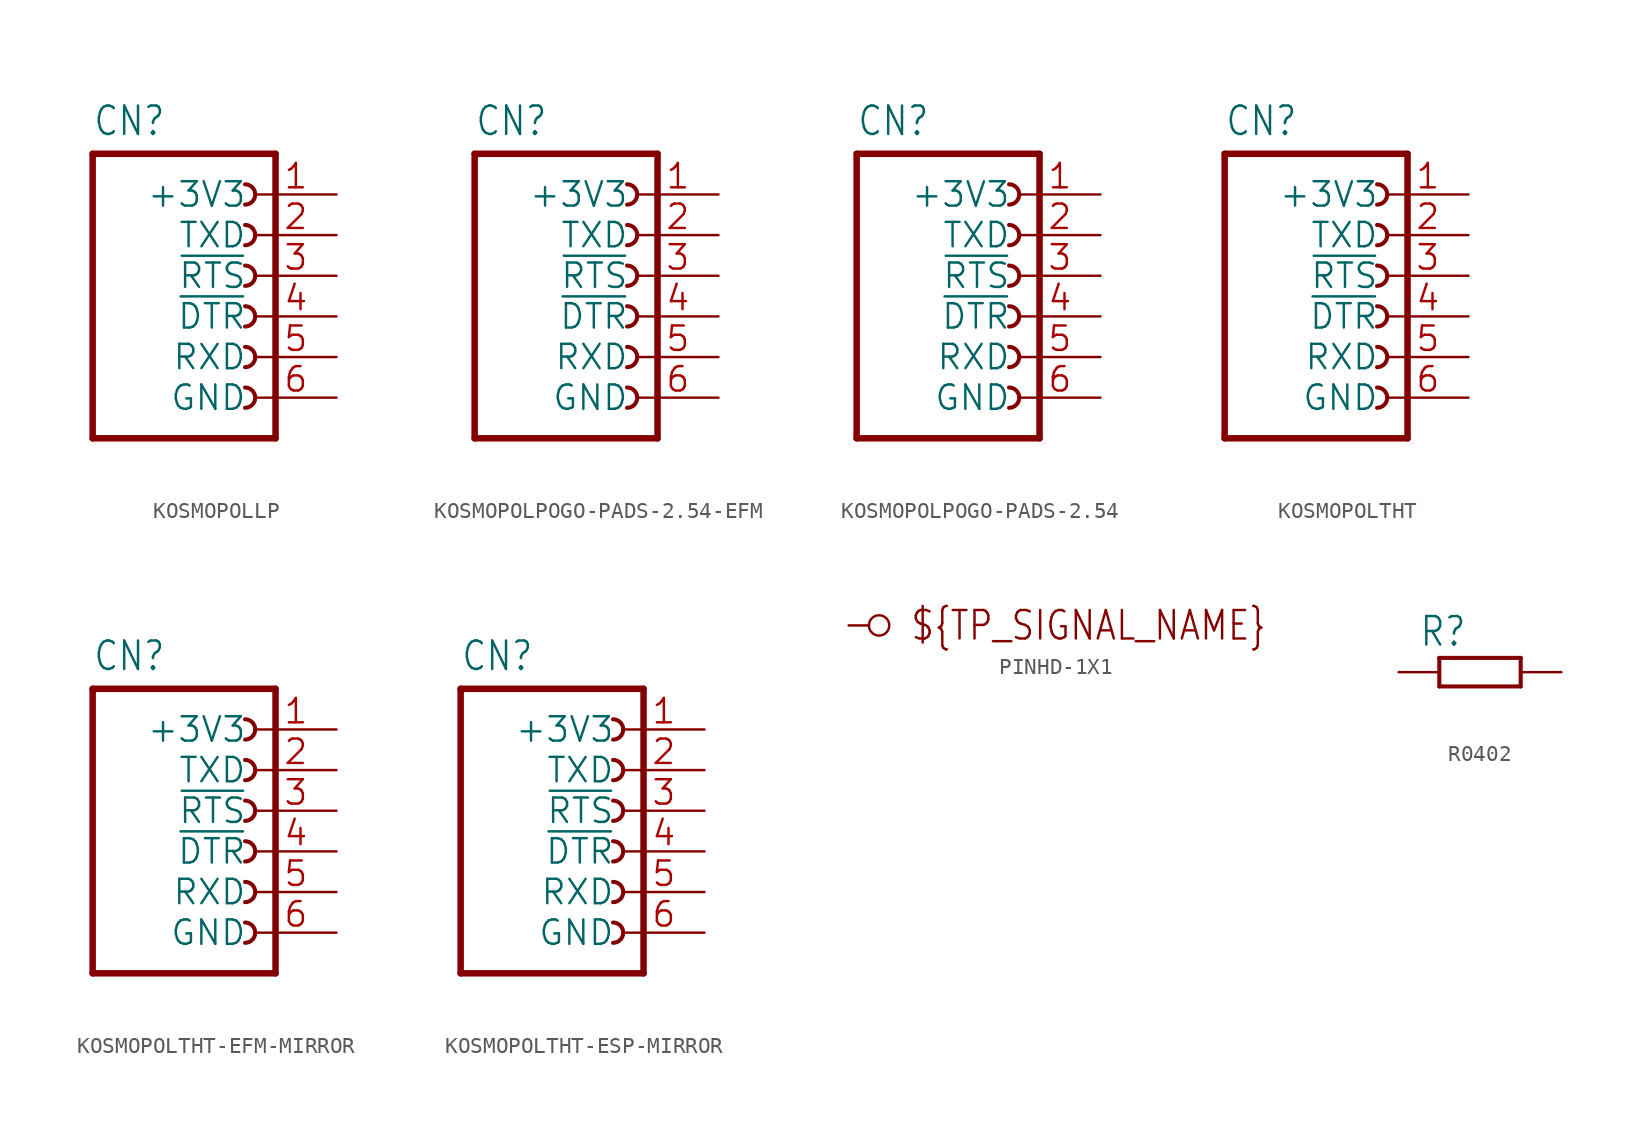
<source format=kicad_sym>
(kicad_symbol_lib
  (version 20241209)
  (generator "kicad_symbol_editor")
  (generator_version "9.0")
  (symbol "KOSMOPOLLP"
    (property "Reference" "CN"
      (at -5.08 11.176 0)
      (effects (font (size 1.778 1.511)) (justify left bottom)))
    (property "Value" ""
      (at -5.08 -8.382 0)
      (effects (font (size 1.778 1.511)) (justify left top)))
    (property "ki_locked" ""
      (at 0 0 0)
      (effects (font (size 1.27 1.27))))
    (symbol "KOSMOPOLLP_1_0"
      (polyline (pts (xy -5.08 -7.62) (xy -5.08 10.16)) (stroke (width 0.406) (type solid)) (fill (type none)))
      (polyline (pts (xy -5.08 -7.62) (xy 6.35 -7.62)) (stroke (width 0.406) (type solid)) (fill (type none)))
      (arc (start 4.445 8.255) (mid 5.08 7.62) (end 4.445 6.985) (stroke (width 0.254) (type solid)) (fill (type none)))
      (arc (start 4.445 5.715) (mid 5.08 5.08) (end 4.445 4.445) (stroke (width 0.254) (type solid)) (fill (type none)))
      (arc (start 4.445 3.175) (mid 5.08 2.54) (end 4.445 1.905) (stroke (width 0.254) (type solid)) (fill (type none)))
      (arc (start 4.445 0.635) (mid 5.08 0) (end 4.445 -0.635) (stroke (width 0.254) (type solid)) (fill (type none)))
      (arc (start 4.445 -1.905) (mid 5.08 -2.54) (end 4.445 -3.175) (stroke (width 0.254) (type solid)) (fill (type none)))
      (arc (start 4.445 -4.445) (mid 5.08 -5.08) (end 4.445 -5.715) (stroke (width 0.254) (type solid)) (fill (type none)))
      (polyline (pts (xy 6.35 10.16) (xy -5.08 10.16)) (stroke (width 0.406) (type solid)) (fill (type none)))
      (polyline (pts (xy 6.35 10.16) (xy 6.35 -7.62)) (stroke (width 0.406) (type solid)) (fill (type none)))
      (pin power_in line (at 10.16 7.62 180) (length 5.08) (name "+3V3" (effects (font (size 1.524 1.524)))) (number "1" (effects (font (size 1.524 1.524)))))
      (pin output line (at 10.16 5.08 180) (length 5.08) (name "TXD" (effects (font (size 1.524 1.524)))) (number "2" (effects (font (size 1.524 1.524)))))
      (pin output line (at 10.16 2.54 180) (length 5.08) (name "~{RTS}" (effects (font (size 1.524 1.524)))) (number "3" (effects (font (size 1.524 1.524)))))
      (pin output line (at 10.16 0 180) (length 5.08) (name "~{DTR}" (effects (font (size 1.524 1.524)))) (number "4" (effects (font (size 1.524 1.524)))))
      (pin input line (at 10.16 -2.54 180) (length 5.08) (name "RXD" (effects (font (size 1.524 1.524)))) (number "5" (effects (font (size 1.524 1.524)))))
      (pin power_in line (at 10.16 -5.08 180) (length 5.08) (name "GND" (effects (font (size 1.524 1.524)))) (number "6" (effects (font (size 1.524 1.524)))))))
  (symbol "KOSMOPOLPOGO-PADS-2.54-EFM"
    (property "Reference" "CN"
      (at -5.08 11.176 0)
      (effects (font (size 1.778 1.511)) (justify left bottom)))
    (property "Value" ""
      (at -5.08 -8.382 0)
      (effects (font (size 1.778 1.511)) (justify left top)))
    (property "ki_locked" ""
      (at 0 0 0)
      (effects (font (size 1.27 1.27))))
    (symbol "KOSMOPOLPOGO-PADS-2.54-EFM_1_0"
      (polyline (pts (xy -5.08 -7.62) (xy -5.08 10.16)) (stroke (width 0.406) (type solid)) (fill (type none)))
      (polyline (pts (xy -5.08 -7.62) (xy 6.35 -7.62)) (stroke (width 0.406) (type solid)) (fill (type none)))
      (arc (start 4.445 8.255) (mid 5.08 7.62) (end 4.445 6.985) (stroke (width 0.254) (type solid)) (fill (type none)))
      (arc (start 4.445 5.715) (mid 5.08 5.08) (end 4.445 4.445) (stroke (width 0.254) (type solid)) (fill (type none)))
      (arc (start 4.445 3.175) (mid 5.08 2.54) (end 4.445 1.905) (stroke (width 0.254) (type solid)) (fill (type none)))
      (arc (start 4.445 0.635) (mid 5.08 0) (end 4.445 -0.635) (stroke (width 0.254) (type solid)) (fill (type none)))
      (arc (start 4.445 -1.905) (mid 5.08 -2.54) (end 4.445 -3.175) (stroke (width 0.254) (type solid)) (fill (type none)))
      (arc (start 4.445 -4.445) (mid 5.08 -5.08) (end 4.445 -5.715) (stroke (width 0.254) (type solid)) (fill (type none)))
      (polyline (pts (xy 6.35 10.16) (xy -5.08 10.16)) (stroke (width 0.406) (type solid)) (fill (type none)))
      (polyline (pts (xy 6.35 10.16) (xy 6.35 -7.62)) (stroke (width 0.406) (type solid)) (fill (type none)))
      (pin power_in line (at 10.16 7.62 180) (length 5.08) (name "+3V3" (effects (font (size 1.524 1.524)))) (number "1" (effects (font (size 1.524 1.524)))))
      (pin output line (at 10.16 5.08 180) (length 5.08) (name "TXD" (effects (font (size 1.524 1.524)))) (number "2" (effects (font (size 1.524 1.524)))))
      (pin output line (at 10.16 2.54 180) (length 5.08) (name "~{RTS}" (effects (font (size 1.524 1.524)))) (number "3" (effects (font (size 1.524 1.524)))))
      (pin output line (at 10.16 0 180) (length 5.08) (name "~{DTR}" (effects (font (size 1.524 1.524)))) (number "4" (effects (font (size 1.524 1.524)))))
      (pin input line (at 10.16 -2.54 180) (length 5.08) (name "RXD" (effects (font (size 1.524 1.524)))) (number "5" (effects (font (size 1.524 1.524)))))
      (pin power_in line (at 10.16 -5.08 180) (length 5.08) (name "GND" (effects (font (size 1.524 1.524)))) (number "6" (effects (font (size 1.524 1.524)))))))
  (symbol "KOSMOPOLPOGO-PADS-2.54"
    (property "Reference" "CN"
      (at -5.08 11.176 0)
      (effects (font (size 1.778 1.511)) (justify left bottom)))
    (property "Value" ""
      (at -5.08 -8.382 0)
      (effects (font (size 1.778 1.511)) (justify left top)))
    (property "ki_locked" ""
      (at 0 0 0)
      (effects (font (size 1.27 1.27))))
    (symbol "KOSMOPOLPOGO-PADS-2.54_1_0"
      (polyline (pts (xy -5.08 -7.62) (xy -5.08 10.16)) (stroke (width 0.406) (type solid)) (fill (type none)))
      (polyline (pts (xy -5.08 -7.62) (xy 6.35 -7.62)) (stroke (width 0.406) (type solid)) (fill (type none)))
      (arc (start 4.445 8.255) (mid 5.08 7.62) (end 4.445 6.985) (stroke (width 0.254) (type solid)) (fill (type none)))
      (arc (start 4.445 5.715) (mid 5.08 5.08) (end 4.445 4.445) (stroke (width 0.254) (type solid)) (fill (type none)))
      (arc (start 4.445 3.175) (mid 5.08 2.54) (end 4.445 1.905) (stroke (width 0.254) (type solid)) (fill (type none)))
      (arc (start 4.445 0.635) (mid 5.08 0) (end 4.445 -0.635) (stroke (width 0.254) (type solid)) (fill (type none)))
      (arc (start 4.445 -1.905) (mid 5.08 -2.54) (end 4.445 -3.175) (stroke (width 0.254) (type solid)) (fill (type none)))
      (arc (start 4.445 -4.445) (mid 5.08 -5.08) (end 4.445 -5.715) (stroke (width 0.254) (type solid)) (fill (type none)))
      (polyline (pts (xy 6.35 10.16) (xy -5.08 10.16)) (stroke (width 0.406) (type solid)) (fill (type none)))
      (polyline (pts (xy 6.35 10.16) (xy 6.35 -7.62)) (stroke (width 0.406) (type solid)) (fill (type none)))
      (pin power_in line (at 10.16 7.62 180) (length 5.08) (name "+3V3" (effects (font (size 1.524 1.524)))) (number "1" (effects (font (size 1.524 1.524)))))
      (pin output line (at 10.16 5.08 180) (length 5.08) (name "TXD" (effects (font (size 1.524 1.524)))) (number "2" (effects (font (size 1.524 1.524)))))
      (pin output line (at 10.16 2.54 180) (length 5.08) (name "~{RTS}" (effects (font (size 1.524 1.524)))) (number "3" (effects (font (size 1.524 1.524)))))
      (pin output line (at 10.16 0 180) (length 5.08) (name "~{DTR}" (effects (font (size 1.524 1.524)))) (number "4" (effects (font (size 1.524 1.524)))))
      (pin input line (at 10.16 -2.54 180) (length 5.08) (name "RXD" (effects (font (size 1.524 1.524)))) (number "5" (effects (font (size 1.524 1.524)))))
      (pin power_in line (at 10.16 -5.08 180) (length 5.08) (name "GND" (effects (font (size 1.524 1.524)))) (number "6" (effects (font (size 1.524 1.524)))))))
  (symbol "KOSMOPOLTHT"
    (property "Reference" "CN"
      (at -5.08 11.176 0)
      (effects (font (size 1.778 1.511)) (justify left bottom)))
    (property "Value" ""
      (at -5.08 -8.382 0)
      (effects (font (size 1.778 1.511)) (justify left top)))
    (property "ki_locked" ""
      (at 0 0 0)
      (effects (font (size 1.27 1.27))))
    (symbol "KOSMOPOLTHT_1_0"
      (polyline (pts (xy -5.08 -7.62) (xy -5.08 10.16)) (stroke (width 0.406) (type solid)) (fill (type none)))
      (polyline (pts (xy -5.08 -7.62) (xy 6.35 -7.62)) (stroke (width 0.406) (type solid)) (fill (type none)))
      (arc (start 4.445 8.255) (mid 5.08 7.62) (end 4.445 6.985) (stroke (width 0.254) (type solid)) (fill (type none)))
      (arc (start 4.445 5.715) (mid 5.08 5.08) (end 4.445 4.445) (stroke (width 0.254) (type solid)) (fill (type none)))
      (arc (start 4.445 3.175) (mid 5.08 2.54) (end 4.445 1.905) (stroke (width 0.254) (type solid)) (fill (type none)))
      (arc (start 4.445 0.635) (mid 5.08 0) (end 4.445 -0.635) (stroke (width 0.254) (type solid)) (fill (type none)))
      (arc (start 4.445 -1.905) (mid 5.08 -2.54) (end 4.445 -3.175) (stroke (width 0.254) (type solid)) (fill (type none)))
      (arc (start 4.445 -4.445) (mid 5.08 -5.08) (end 4.445 -5.715) (stroke (width 0.254) (type solid)) (fill (type none)))
      (polyline (pts (xy 6.35 10.16) (xy -5.08 10.16)) (stroke (width 0.406) (type solid)) (fill (type none)))
      (polyline (pts (xy 6.35 10.16) (xy 6.35 -7.62)) (stroke (width 0.406) (type solid)) (fill (type none)))
      (pin power_in line (at 10.16 7.62 180) (length 5.08) (name "+3V3" (effects (font (size 1.524 1.524)))) (number "1" (effects (font (size 1.524 1.524)))))
      (pin output line (at 10.16 5.08 180) (length 5.08) (name "TXD" (effects (font (size 1.524 1.524)))) (number "2" (effects (font (size 1.524 1.524)))))
      (pin output line (at 10.16 2.54 180) (length 5.08) (name "~{RTS}" (effects (font (size 1.524 1.524)))) (number "3" (effects (font (size 1.524 1.524)))))
      (pin output line (at 10.16 0 180) (length 5.08) (name "~{DTR}" (effects (font (size 1.524 1.524)))) (number "4" (effects (font (size 1.524 1.524)))))
      (pin input line (at 10.16 -2.54 180) (length 5.08) (name "RXD" (effects (font (size 1.524 1.524)))) (number "5" (effects (font (size 1.524 1.524)))))
      (pin power_in line (at 10.16 -5.08 180) (length 5.08) (name "GND" (effects (font (size 1.524 1.524)))) (number "6" (effects (font (size 1.524 1.524)))))))
  (symbol "KOSMOPOLTHT-EFM-MIRROR"
    (property "Reference" "CN"
      (at -5.08 11.176 0)
      (effects (font (size 1.778 1.511)) (justify left bottom)))
    (property "Value" ""
      (at -5.08 -8.382 0)
      (effects (font (size 1.778 1.511)) (justify left top)))
    (property "ki_locked" ""
      (at 0 0 0)
      (effects (font (size 1.27 1.27))))
    (symbol "KOSMOPOLTHT-EFM-MIRROR_1_0"
      (polyline (pts (xy -5.08 -7.62) (xy -5.08 10.16)) (stroke (width 0.406) (type solid)) (fill (type none)))
      (polyline (pts (xy -5.08 -7.62) (xy 6.35 -7.62)) (stroke (width 0.406) (type solid)) (fill (type none)))
      (arc (start 4.445 8.255) (mid 5.08 7.62) (end 4.445 6.985) (stroke (width 0.254) (type solid)) (fill (type none)))
      (arc (start 4.445 5.715) (mid 5.08 5.08) (end 4.445 4.445) (stroke (width 0.254) (type solid)) (fill (type none)))
      (arc (start 4.445 3.175) (mid 5.08 2.54) (end 4.445 1.905) (stroke (width 0.254) (type solid)) (fill (type none)))
      (arc (start 4.445 0.635) (mid 5.08 0) (end 4.445 -0.635) (stroke (width 0.254) (type solid)) (fill (type none)))
      (arc (start 4.445 -1.905) (mid 5.08 -2.54) (end 4.445 -3.175) (stroke (width 0.254) (type solid)) (fill (type none)))
      (arc (start 4.445 -4.445) (mid 5.08 -5.08) (end 4.445 -5.715) (stroke (width 0.254) (type solid)) (fill (type none)))
      (polyline (pts (xy 6.35 10.16) (xy -5.08 10.16)) (stroke (width 0.406) (type solid)) (fill (type none)))
      (polyline (pts (xy 6.35 10.16) (xy 6.35 -7.62)) (stroke (width 0.406) (type solid)) (fill (type none)))
      (pin power_in line (at 10.16 7.62 180) (length 5.08) (name "+3V3" (effects (font (size 1.524 1.524)))) (number "1" (effects (font (size 1.524 1.524)))))
      (pin output line (at 10.16 5.08 180) (length 5.08) (name "TXD" (effects (font (size 1.524 1.524)))) (number "2" (effects (font (size 1.524 1.524)))))
      (pin output line (at 10.16 2.54 180) (length 5.08) (name "~{RTS}" (effects (font (size 1.524 1.524)))) (number "3" (effects (font (size 1.524 1.524)))))
      (pin output line (at 10.16 0 180) (length 5.08) (name "~{DTR}" (effects (font (size 1.524 1.524)))) (number "4" (effects (font (size 1.524 1.524)))))
      (pin input line (at 10.16 -2.54 180) (length 5.08) (name "RXD" (effects (font (size 1.524 1.524)))) (number "5" (effects (font (size 1.524 1.524)))))
      (pin power_in line (at 10.16 -5.08 180) (length 5.08) (name "GND" (effects (font (size 1.524 1.524)))) (number "6" (effects (font (size 1.524 1.524)))))))
  (symbol "KOSMOPOLTHT-ESP-MIRROR"
    (property "Reference" "CN"
      (at -5.08 11.176 0)
      (effects (font (size 1.778 1.511)) (justify left bottom)))
    (property "Value" ""
      (at -5.08 -8.382 0)
      (effects (font (size 1.778 1.511)) (justify left top)))
    (property "ki_locked" ""
      (at 0 0 0)
      (effects (font (size 1.27 1.27))))
    (symbol "KOSMOPOLTHT-ESP-MIRROR_1_0"
      (polyline (pts (xy -5.08 -7.62) (xy -5.08 10.16)) (stroke (width 0.406) (type solid)) (fill (type none)))
      (polyline (pts (xy -5.08 -7.62) (xy 6.35 -7.62)) (stroke (width 0.406) (type solid)) (fill (type none)))
      (arc (start 4.445 8.255) (mid 5.08 7.62) (end 4.445 6.985) (stroke (width 0.254) (type solid)) (fill (type none)))
      (arc (start 4.445 5.715) (mid 5.08 5.08) (end 4.445 4.445) (stroke (width 0.254) (type solid)) (fill (type none)))
      (arc (start 4.445 3.175) (mid 5.08 2.54) (end 4.445 1.905) (stroke (width 0.254) (type solid)) (fill (type none)))
      (arc (start 4.445 0.635) (mid 5.08 0) (end 4.445 -0.635) (stroke (width 0.254) (type solid)) (fill (type none)))
      (arc (start 4.445 -1.905) (mid 5.08 -2.54) (end 4.445 -3.175) (stroke (width 0.254) (type solid)) (fill (type none)))
      (arc (start 4.445 -4.445) (mid 5.08 -5.08) (end 4.445 -5.715) (stroke (width 0.254) (type solid)) (fill (type none)))
      (polyline (pts (xy 6.35 10.16) (xy -5.08 10.16)) (stroke (width 0.406) (type solid)) (fill (type none)))
      (polyline (pts (xy 6.35 10.16) (xy 6.35 -7.62)) (stroke (width 0.406) (type solid)) (fill (type none)))
      (pin power_in line (at 10.16 7.62 180) (length 5.08) (name "+3V3" (effects (font (size 1.524 1.524)))) (number "1" (effects (font (size 1.524 1.524)))))
      (pin output line (at 10.16 5.08 180) (length 5.08) (name "TXD" (effects (font (size 1.524 1.524)))) (number "2" (effects (font (size 1.524 1.524)))))
      (pin output line (at 10.16 2.54 180) (length 5.08) (name "~{RTS}" (effects (font (size 1.524 1.524)))) (number "3" (effects (font (size 1.524 1.524)))))
      (pin output line (at 10.16 0 180) (length 5.08) (name "~{DTR}" (effects (font (size 1.524 1.524)))) (number "4" (effects (font (size 1.524 1.524)))))
      (pin input line (at 10.16 -2.54 180) (length 5.08) (name "RXD" (effects (font (size 1.524 1.524)))) (number "5" (effects (font (size 1.524 1.524)))))
      (pin power_in line (at 10.16 -5.08 180) (length 5.08) (name "GND" (effects (font (size 1.524 1.524)))) (number "6" (effects (font (size 1.524 1.524)))))))
  (symbol "PINHD-1X1"
    (property "Reference" "JP"
      (at 0 0 0)
      (effects (font (size 1.27 1.27)) (hide yes)))
    (property "ki_locked" ""
      (at 0 0 0)
      (effects (font (size 1.27 1.27))))
    (symbol "PINHD-1X1_1_0"
      (text "${TP_SIGNAL_NAME}" (at 1.27 0 0) (effects (font (size 1.778 1.511)) (justify left)))
      (pin passive inverted (at -2.54 0 0) (length 2.54) (name "1" (effects (font (size 0 0)))) (number "1" (effects (font (size 0 0)))))))
  (symbol "R0402"
    (property "Reference" "R"
      (at -3.81 1.499 0)
      (effects (font (size 1.778 1.511)) (justify left bottom)))
    (property "Value" ""
      (at -3.81 -3.302 0)
      (effects (font (size 1.778 1.511)) (justify left bottom)))
    (property "ki_locked" ""
      (at 0 0 0)
      (effects (font (size 1.27 1.27))))
    (symbol "R0402_1_0"
      (polyline (pts (xy -2.54 -0.889) (xy -2.54 0.889)) (stroke (width 0.254) (type solid)) (fill (type none)))
      (polyline (pts (xy -2.54 -0.889) (xy 2.54 -0.889)) (stroke (width 0.254) (type solid)) (fill (type none)))
      (polyline (pts (xy 2.54 0.889) (xy -2.54 0.889)) (stroke (width 0.254) (type solid)) (fill (type none)))
      (polyline (pts (xy 2.54 -0.889) (xy 2.54 0.889)) (stroke (width 0.254) (type solid)) (fill (type none)))
      (pin passive line (at -5.08 0 0) (length 2.54) (name "1" (effects (font (size 0 0)))) (number "1" (effects (font (size 0 0)))))
      (pin passive line (at 5.08 0 180) (length 2.54) (name "2" (effects (font (size 0 0)))) (number "2" (effects (font (size 0 0))))))))
</source>
